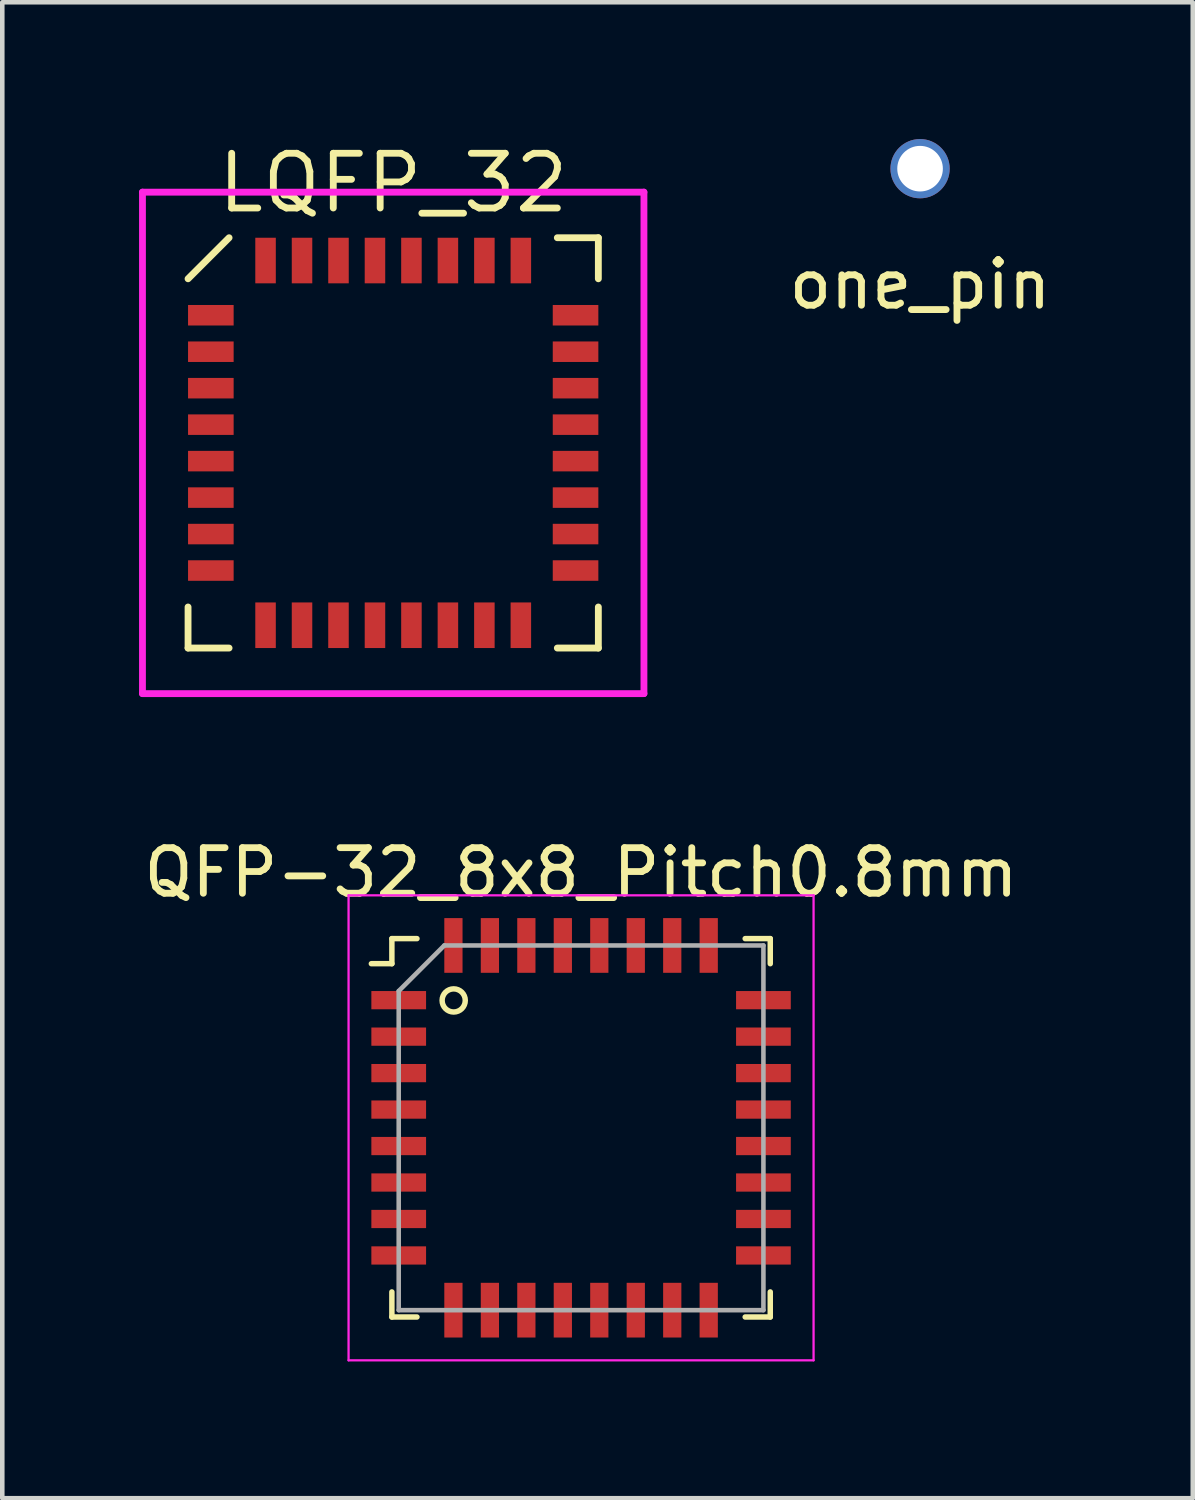
<source format=kicad_pcb>
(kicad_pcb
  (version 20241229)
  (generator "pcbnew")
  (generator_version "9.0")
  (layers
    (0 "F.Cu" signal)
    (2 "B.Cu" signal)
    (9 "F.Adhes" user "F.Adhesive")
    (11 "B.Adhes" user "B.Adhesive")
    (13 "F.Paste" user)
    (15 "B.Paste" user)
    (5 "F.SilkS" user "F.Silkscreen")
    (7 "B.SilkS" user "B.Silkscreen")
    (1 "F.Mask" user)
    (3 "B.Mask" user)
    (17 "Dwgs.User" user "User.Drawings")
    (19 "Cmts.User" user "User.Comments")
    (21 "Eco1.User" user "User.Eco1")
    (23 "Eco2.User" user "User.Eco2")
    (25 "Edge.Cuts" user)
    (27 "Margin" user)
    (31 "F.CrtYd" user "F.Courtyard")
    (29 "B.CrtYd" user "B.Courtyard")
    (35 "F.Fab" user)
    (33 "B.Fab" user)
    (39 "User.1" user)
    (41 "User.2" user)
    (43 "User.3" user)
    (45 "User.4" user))
  (footprint "QFP-32_8x8_Pitch0.8mm"
    (layer "F.Cu")
    (at 9.696 21.689)
    (property "Reference" "QFP-32_8x8_Pitch0.8mm" (at 0 -5.6 0) (layer "F.SilkS") (effects (font (size 1 1) (thickness 0.15))))
    (attr smd)
    (fp_line (start -4.15 -4.15) (end -4.15 -3.6) (stroke (width 0.12) (type solid)) (layer "F.SilkS"))
    (fp_line (start -4.15 -3.6) (end -4.6 -3.6) (stroke (width 0.12) (type solid)) (layer "F.SilkS"))
    (fp_line (start -4.15 4.15) (end -4.15 3.6) (stroke (width 0.12) (type solid)) (layer "F.SilkS"))
    (fp_line (start -3.6 -4.15) (end -4.15 -4.15) (stroke (width 0.12) (type solid)) (layer "F.SilkS"))
    (fp_line (start -3.6 4.15) (end -4.15 4.15) (stroke (width 0.12) (type solid)) (layer "F.SilkS"))
    (fp_line (start 3.6 -4.15) (end 4.15 -4.15) (stroke (width 0.12) (type solid)) (layer "F.SilkS"))
    (fp_line (start 3.6 4.15) (end 4.15 4.15) (stroke (width 0.12) (type solid)) (layer "F.SilkS"))
    (fp_line (start 4.15 -4.15) (end 4.15 -3.6) (stroke (width 0.12) (type solid)) (layer "F.SilkS"))
    (fp_line (start 4.15 4.15) (end 4.15 3.6) (stroke (width 0.12) (type solid)) (layer "F.SilkS"))
    (fp_circle (center -2.794 -2.794) (end -2.794 -2.54) (stroke (width 0.12) (type solid)) (fill no) (layer "F.SilkS"))
    (fp_line (start -5.1 -5.1) (end 5.1 -5.1) (stroke (width 0.05) (type solid)) (layer "F.CrtYd"))
    (fp_line (start -5.1 5.1) (end -5.1 -5.1) (stroke (width 0.05) (type solid)) (layer "F.CrtYd"))
    (fp_line (start 5.1 -5.1) (end 5.1 5.1) (stroke (width 0.05) (type solid)) (layer "F.CrtYd"))
    (fp_line (start 5.1 5.1) (end -5.1 5.1) (stroke (width 0.05) (type solid)) (layer "F.CrtYd"))
    (fp_line (start -4 -3) (end -4 4) (stroke (width 0.1) (type solid)) (layer "F.Fab"))
    (fp_line (start -4 4) (end 4 4) (stroke (width 0.1) (type solid)) (layer "F.Fab"))
    (fp_line (start -3 -4) (end -4 -3) (stroke (width 0.1) (type solid)) (layer "F.Fab"))
    (fp_line (start 4 -4) (end -3 -4) (stroke (width 0.1) (type solid)) (layer "F.Fab"))
    (fp_line (start 4 4) (end 4 -4) (stroke (width 0.1) (type solid)) (layer "F.Fab"))
    (pad "1" smd rect (at -4 -2.8 90) (size 0.4 1.2) (layers "F.Cu" "F.Mask" "F.Paste"))
    (pad "2" smd rect (at -4 -2 90) (size 0.4 1.2) (layers "F.Cu" "F.Mask" "F.Paste"))
    (pad "3" smd rect (at -4 -1.2 90) (size 0.4 1.2) (layers "F.Cu" "F.Mask" "F.Paste"))
    (pad "4" smd rect (at -4 -0.4 90) (size 0.4 1.2) (layers "F.Cu" "F.Mask" "F.Paste"))
    (pad "5" smd rect (at -4 0.4 90) (size 0.4 1.2) (layers "F.Cu" "F.Mask" "F.Paste"))
    (pad "6" smd rect (at -4 1.2 90) (size 0.4 1.2) (layers "F.Cu" "F.Mask" "F.Paste"))
    (pad "7" smd rect (at -4 2 90) (size 0.4 1.2) (layers "F.Cu" "F.Mask" "F.Paste"))
    (pad "8" smd rect (at -4 2.8 90) (size 0.4 1.2) (layers "F.Cu" "F.Mask" "F.Paste"))
    (pad "9" smd rect (at -2.8 4) (size 0.4 1.2) (layers "F.Cu" "F.Mask" "F.Paste"))
    (pad "10" smd rect (at -2 4) (size 0.4 1.2) (layers "F.Cu" "F.Mask" "F.Paste"))
    (pad "11" smd rect (at -1.2 4) (size 0.4 1.2) (layers "F.Cu" "F.Mask" "F.Paste"))
    (pad "12" smd rect (at -0.4 4) (size 0.4 1.2) (layers "F.Cu" "F.Mask" "F.Paste"))
    (pad "13" smd rect (at 0.4 4) (size 0.4 1.2) (layers "F.Cu" "F.Mask" "F.Paste"))
    (pad "14" smd rect (at 1.2 4) (size 0.4 1.2) (layers "F.Cu" "F.Mask" "F.Paste"))
    (pad "15" smd rect (at 2 4) (size 0.4 1.2) (layers "F.Cu" "F.Mask" "F.Paste"))
    (pad "16" smd rect (at 2.8 4) (size 0.4 1.2) (layers "F.Cu" "F.Mask" "F.Paste"))
    (pad "17" smd rect (at 4 2.8 90) (size 0.4 1.2) (layers "F.Cu" "F.Mask" "F.Paste"))
    (pad "18" smd rect (at 4 2 90) (size 0.4 1.2) (layers "F.Cu" "F.Mask" "F.Paste"))
    (pad "19" smd rect (at 4 1.2 90) (size 0.4 1.2) (layers "F.Cu" "F.Mask" "F.Paste"))
    (pad "20" smd rect (at 4 0.4 90) (size 0.4 1.2) (layers "F.Cu" "F.Mask" "F.Paste"))
    (pad "21" smd rect (at 4 -0.4 90) (size 0.4 1.2) (layers "F.Cu" "F.Mask" "F.Paste"))
    (pad "22" smd rect (at 4 -1.2 90) (size 0.4 1.2) (layers "F.Cu" "F.Mask" "F.Paste"))
    (pad "23" smd rect (at 4 -2 90) (size 0.4 1.2) (layers "F.Cu" "F.Mask" "F.Paste"))
    (pad "24" smd rect (at 4 -2.8 90) (size 0.4 1.2) (layers "F.Cu" "F.Mask" "F.Paste"))
    (pad "25" smd rect (at 2.8 -4) (size 0.4 1.2) (layers "F.Cu" "F.Mask" "F.Paste"))
    (pad "26" smd rect (at 2 -4) (size 0.4 1.2) (layers "F.Cu" "F.Mask" "F.Paste"))
    (pad "27" smd rect (at 1.2 -4) (size 0.4 1.2) (layers "F.Cu" "F.Mask" "F.Paste"))
    (pad "28" smd rect (at 0.4 -4) (size 0.4 1.2) (layers "F.Cu" "F.Mask" "F.Paste"))
    (pad "29" smd rect (at -0.4 -4) (size 0.4 1.2) (layers "F.Cu" "F.Mask" "F.Paste"))
    (pad "30" smd rect (at -1.2 -4) (size 0.4 1.2) (layers "F.Cu" "F.Mask" "F.Paste"))
    (pad "31" smd rect (at -2 -4) (size 0.4 1.2) (layers "F.Cu" "F.Mask" "F.Paste"))
    (pad "32" smd rect (at -2.8 -4) (size 0.4 1.2) (layers "F.Cu" "F.Mask" "F.Paste")))
  (footprint "LQFP_32"
    (layer "F.Cu")
    (at 5.575 6.665)
    (property "Reference" "LQFP_32" (at 0 -5.7 0) (layer "F.SilkS") (effects (font (size 1.2 1.2) (thickness 0.15))))
    (attr through_hole)
    (fp_line (start -4.5 -3.6) (end -3.6 -4.5) (stroke (width 0.15) (type solid)) (layer "F.SilkS"))
    (fp_line (start -4.5 4.5) (end -4.5 3.6) (stroke (width 0.15) (type solid)) (layer "F.SilkS"))
    (fp_line (start -3.6 4.5) (end -4.5 4.5) (stroke (width 0.15) (type solid)) (layer "F.SilkS"))
    (fp_line (start 3.6 -4.5) (end 4.5 -4.5) (stroke (width 0.15) (type solid)) (layer "F.SilkS"))
    (fp_line (start 3.6 4.5) (end 4.5 4.5) (stroke (width 0.15) (type solid)) (layer "F.SilkS"))
    (fp_line (start 4.5 -4.5) (end 4.5 -3.6) (stroke (width 0.15) (type solid)) (layer "F.SilkS"))
    (fp_line (start 4.5 4.5) (end 4.5 3.6) (stroke (width 0.15) (type solid)) (layer "F.SilkS"))
    (fp_line (start -5.5 -5.5) (end 5.5 -5.5) (stroke (width 0.15) (type solid)) (layer "F.CrtYd"))
    (fp_line (start -5.5 5.5) (end -5.5 -5.5) (stroke (width 0.15) (type solid)) (layer "F.CrtYd"))
    (fp_line (start 5.5 -5.5) (end 5.5 5.5) (stroke (width 0.15) (type solid)) (layer "F.CrtYd"))
    (fp_line (start 5.5 5.5) (end -5.5 5.5) (stroke (width 0.15) (type solid)) (layer "F.CrtYd"))
    (pad "1" smd rect (at -4 -2.8 90) (size 0.45 1) (layers "F.Cu" "F.Mask" "F.Paste"))
    (pad "2" smd rect (at -4 -2 90) (size 0.45 1) (layers "F.Cu" "F.Mask" "F.Paste"))
    (pad "3" smd rect (at -4 -1.2 90) (size 0.45 1) (layers "F.Cu" "F.Mask" "F.Paste"))
    (pad "4" smd rect (at -4 -0.4 90) (size 0.45 1) (layers "F.Cu" "F.Mask" "F.Paste"))
    (pad "5" smd rect (at -4 0.4 90) (size 0.45 1) (layers "F.Cu" "F.Mask" "F.Paste"))
    (pad "6" smd rect (at -4 1.2 90) (size 0.45 1) (layers "F.Cu" "F.Mask" "F.Paste"))
    (pad "7" smd rect (at -4 2 90) (size 0.45 1) (layers "F.Cu" "F.Mask" "F.Paste"))
    (pad "8" smd rect (at -4 2.8 90) (size 0.45 1) (layers "F.Cu" "F.Mask" "F.Paste"))
    (pad "9" smd rect (at -2.8 4) (size 0.45 1) (layers "F.Cu" "F.Mask" "F.Paste"))
    (pad "10" smd rect (at -2 4) (size 0.45 1) (layers "F.Cu" "F.Mask" "F.Paste"))
    (pad "11" smd rect (at -1.2 4) (size 0.45 1) (layers "F.Cu" "F.Mask" "F.Paste"))
    (pad "12" smd rect (at -0.4 4) (size 0.45 1) (layers "F.Cu" "F.Mask" "F.Paste"))
    (pad "13" smd rect (at 0.4 4) (size 0.45 1) (layers "F.Cu" "F.Mask" "F.Paste"))
    (pad "14" smd rect (at 1.2 4) (size 0.45 1) (layers "F.Cu" "F.Mask" "F.Paste"))
    (pad "15" smd rect (at 2 4) (size 0.45 1) (layers "F.Cu" "F.Mask" "F.Paste"))
    (pad "16" smd rect (at 2.8 4) (size 0.45 1) (layers "F.Cu" "F.Mask" "F.Paste"))
    (pad "17" smd rect (at 4 2.8 90) (size 0.45 1) (layers "F.Cu" "F.Mask" "F.Paste"))
    (pad "18" smd rect (at 4 2 90) (size 0.45 1) (layers "F.Cu" "F.Mask" "F.Paste"))
    (pad "19" smd rect (at 4 1.2 90) (size 0.45 1) (layers "F.Cu" "F.Mask" "F.Paste"))
    (pad "20" smd rect (at 4 0.4 90) (size 0.45 1) (layers "F.Cu" "F.Mask" "F.Paste"))
    (pad "21" smd rect (at 4 -0.4 90) (size 0.45 1) (layers "F.Cu" "F.Mask" "F.Paste"))
    (pad "22" smd rect (at 4 -1.2 90) (size 0.45 1) (layers "F.Cu" "F.Mask" "F.Paste"))
    (pad "23" smd rect (at 4 -2 90) (size 0.45 1) (layers "F.Cu" "F.Mask" "F.Paste"))
    (pad "24" smd rect (at 4 -2.8 90) (size 0.45 1) (layers "F.Cu" "F.Mask" "F.Paste"))
    (pad "25" smd rect (at 2.8 -4) (size 0.45 1) (layers "F.Cu" "F.Mask" "F.Paste"))
    (pad "26" smd rect (at 2 -4) (size 0.45 1) (layers "F.Cu" "F.Mask" "F.Paste"))
    (pad "27" smd rect (at 1.2 -4) (size 0.45 1) (layers "F.Cu" "F.Mask" "F.Paste"))
    (pad "28" smd rect (at 0.4 -4) (size 0.45 1) (layers "F.Cu" "F.Mask" "F.Paste"))
    (pad "29" smd rect (at -0.4 -4) (size 0.45 1) (layers "F.Cu" "F.Mask" "F.Paste"))
    (pad "30" smd rect (at -1.2 -4) (size 0.45 1) (layers "F.Cu" "F.Mask" "F.Paste"))
    (pad "31" smd rect (at -2 -4) (size 0.45 1) (layers "F.Cu" "F.Mask" "F.Paste"))
    (pad "32" smd rect (at -2.8 -4) (size 0.45 1) (layers "F.Cu" "F.Mask" "F.Paste")))
  (footprint "one_pin"
    (layer "F.Cu")
    (at 17.132 0.65)
    (property "Reference" "one_pin" (at 0 2.54 0) (layer "F.SilkS") (effects (font (size 1 1) (thickness 0.15))))
    (attr through_hole)
    (pad "1" thru_hole circle (at 0 0) (size 1.3 1.3) (drill 1) (layers "*.Cu" "*.Mask")))
  (gr_rect
    (start -3 -3)
    (end 23.114 29.814)
    (stroke (width 0.1) (type default))
    (fill no)
    (layer "Edge.Cuts")))
</source>
